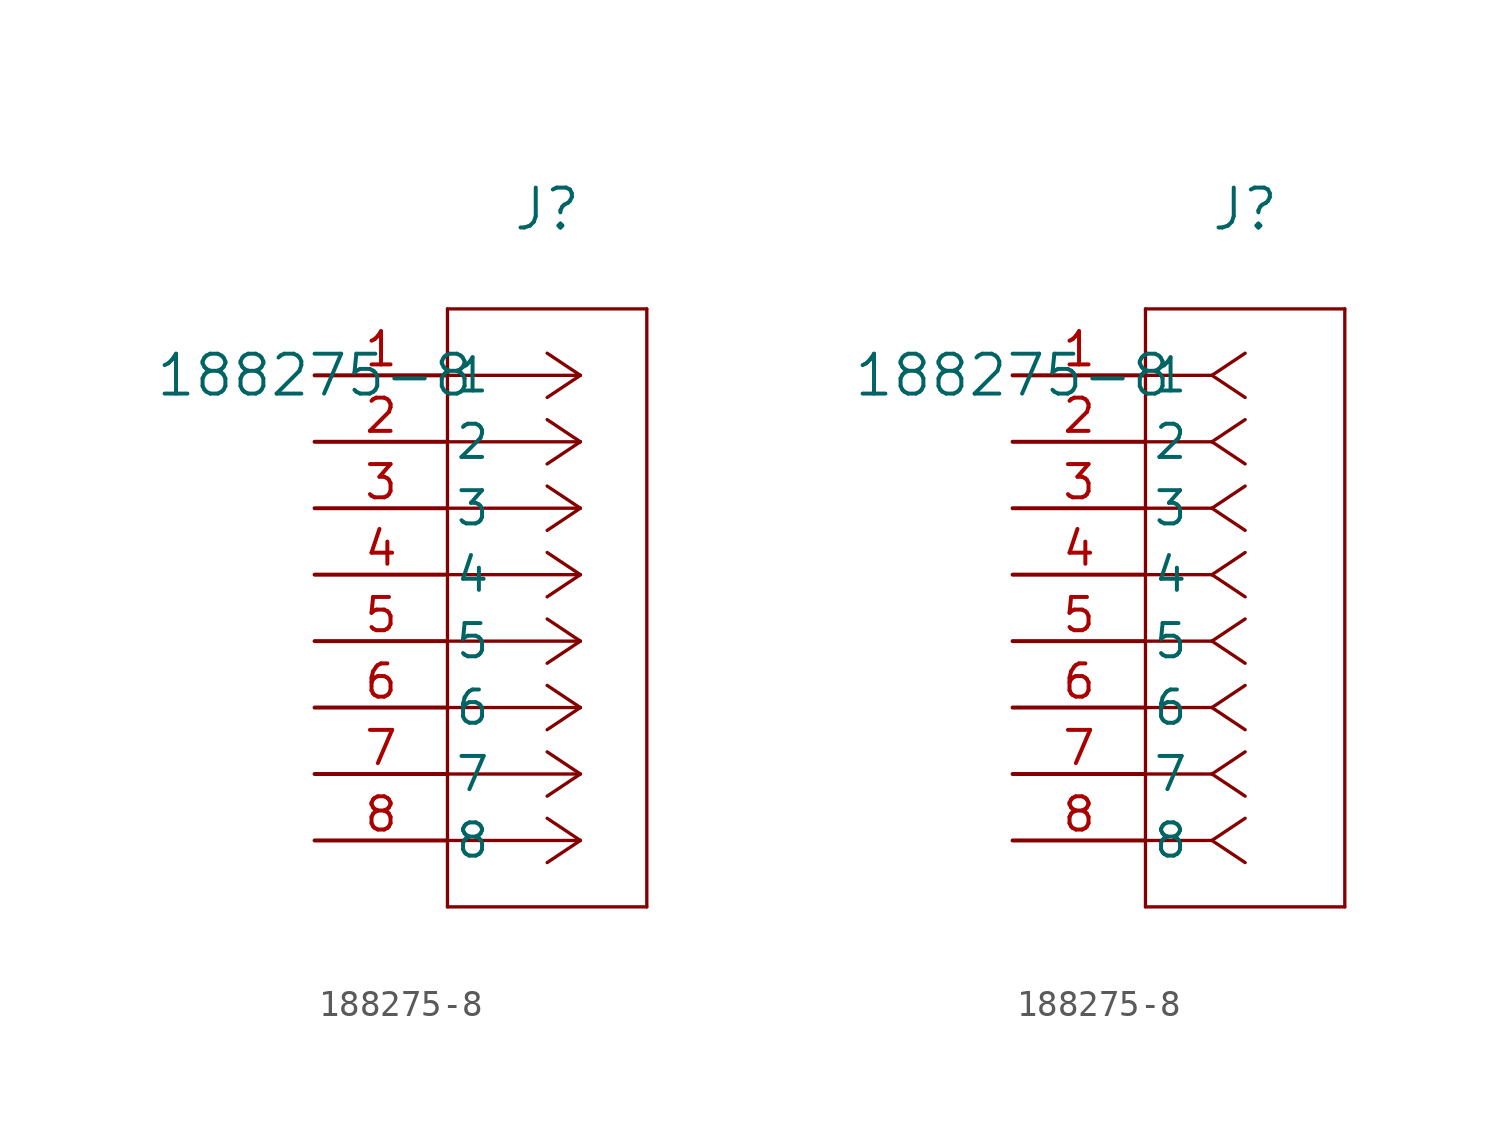
<source format=kicad_sym>
(kicad_symbol_lib
  (version 20211014)
  (generator kicad_symbol_editor)
  (symbol "188275-8"
    (pin_names
      (offset 0.254))
    (property "Reference" "J"
      (at 8.89 6.35 0)
      (effects (font (size 1.524 1.524))))
    (property "Value" "188275-8"
      (at 0 0 0)
      (effects (font (size 1.524 1.524))))
    (symbol "188275-8_1_1"
      (polyline (pts (xy 10.16 0) (xy 5.08 0)) (stroke (width 0.127) (type default) (color 0 0 0 0)) (fill (type none)))
      (polyline (pts (xy 10.16 -2.54) (xy 5.08 -2.54)) (stroke (width 0.127) (type default) (color 0 0 0 0)) (fill (type none)))
      (polyline (pts (xy 10.16 -5.08) (xy 5.08 -5.08)) (stroke (width 0.127) (type default) (color 0 0 0 0)) (fill (type none)))
      (polyline (pts (xy 10.16 -7.62) (xy 5.08 -7.62)) (stroke (width 0.127) (type default) (color 0 0 0 0)) (fill (type none)))
      (polyline (pts (xy 10.16 -10.16) (xy 5.08 -10.16)) (stroke (width 0.127) (type default) (color 0 0 0 0)) (fill (type none)))
      (polyline (pts (xy 10.16 -12.7) (xy 5.08 -12.7)) (stroke (width 0.127) (type default) (color 0 0 0 0)) (fill (type none)))
      (polyline (pts (xy 10.16 -15.24) (xy 5.08 -15.24)) (stroke (width 0.127) (type default) (color 0 0 0 0)) (fill (type none)))
      (polyline (pts (xy 10.16 -17.78) (xy 5.08 -17.78)) (stroke (width 0.127) (type default) (color 0 0 0 0)) (fill (type none)))
      (polyline (pts (xy 10.16 0) (xy 8.89 0.847)) (stroke (width 0.127) (type default) (color 0 0 0 0)) (fill (type none)))
      (polyline (pts (xy 10.16 -2.54) (xy 8.89 -1.693)) (stroke (width 0.127) (type default) (color 0 0 0 0)) (fill (type none)))
      (polyline (pts (xy 10.16 -5.08) (xy 8.89 -4.233)) (stroke (width 0.127) (type default) (color 0 0 0 0)) (fill (type none)))
      (polyline (pts (xy 10.16 -7.62) (xy 8.89 -6.773)) (stroke (width 0.127) (type default) (color 0 0 0 0)) (fill (type none)))
      (polyline (pts (xy 10.16 -10.16) (xy 8.89 -9.313)) (stroke (width 0.127) (type default) (color 0 0 0 0)) (fill (type none)))
      (polyline (pts (xy 10.16 -12.7) (xy 8.89 -11.853)) (stroke (width 0.127) (type default) (color 0 0 0 0)) (fill (type none)))
      (polyline (pts (xy 10.16 -15.24) (xy 8.89 -14.393)) (stroke (width 0.127) (type default) (color 0 0 0 0)) (fill (type none)))
      (polyline (pts (xy 10.16 -17.78) (xy 8.89 -16.933)) (stroke (width 0.127) (type default) (color 0 0 0 0)) (fill (type none)))
      (polyline (pts (xy 10.16 0) (xy 8.89 -0.847)) (stroke (width 0.127) (type default) (color 0 0 0 0)) (fill (type none)))
      (polyline (pts (xy 10.16 -2.54) (xy 8.89 -3.387)) (stroke (width 0.127) (type default) (color 0 0 0 0)) (fill (type none)))
      (polyline (pts (xy 10.16 -5.08) (xy 8.89 -5.927)) (stroke (width 0.127) (type default) (color 0 0 0 0)) (fill (type none)))
      (polyline (pts (xy 10.16 -7.62) (xy 8.89 -8.467)) (stroke (width 0.127) (type default) (color 0 0 0 0)) (fill (type none)))
      (polyline (pts (xy 10.16 -10.16) (xy 8.89 -11.007)) (stroke (width 0.127) (type default) (color 0 0 0 0)) (fill (type none)))
      (polyline (pts (xy 10.16 -12.7) (xy 8.89 -13.547)) (stroke (width 0.127) (type default) (color 0 0 0 0)) (fill (type none)))
      (polyline (pts (xy 10.16 -15.24) (xy 8.89 -16.087)) (stroke (width 0.127) (type default) (color 0 0 0 0)) (fill (type none)))
      (polyline (pts (xy 10.16 -17.78) (xy 8.89 -18.627)) (stroke (width 0.127) (type default) (color 0 0 0 0)) (fill (type none)))
      (polyline (pts (xy 5.08 2.54) (xy 5.08 -20.32)) (stroke (width 0.127) (type default) (color 0 0 0 0)) (fill (type none)))
      (polyline (pts (xy 5.08 -20.32) (xy 12.7 -20.32)) (stroke (width 0.127) (type default) (color 0 0 0 0)) (fill (type none)))
      (polyline (pts (xy 12.7 -20.32) (xy 12.7 2.54)) (stroke (width 0.127) (type default) (color 0 0 0 0)) (fill (type none)))
      (polyline (pts (xy 12.7 2.54) (xy 5.08 2.54)) (stroke (width 0.127) (type default) (color 0 0 0 0)) (fill (type none)))
      (pin unspecified line (at 0 0 0) (length 5.08) (name "1" (effects (font (size 1.27 1.27)))) (number "1" (effects (font (size 1.27 1.27)))))
      (pin unspecified line (at 0 -2.54 0) (length 5.08) (name "2" (effects (font (size 1.27 1.27)))) (number "2" (effects (font (size 1.27 1.27)))))
      (pin unspecified line (at 0 -5.08 0) (length 5.08) (name "3" (effects (font (size 1.27 1.27)))) (number "3" (effects (font (size 1.27 1.27)))))
      (pin unspecified line (at 0 -7.62 0) (length 5.08) (name "4" (effects (font (size 1.27 1.27)))) (number "4" (effects (font (size 1.27 1.27)))))
      (pin unspecified line (at 0 -10.16 0) (length 5.08) (name "5" (effects (font (size 1.27 1.27)))) (number "5" (effects (font (size 1.27 1.27)))))
      (pin unspecified line (at 0 -12.7 0) (length 5.08) (name "6" (effects (font (size 1.27 1.27)))) (number "6" (effects (font (size 1.27 1.27)))))
      (pin unspecified line (at 0 -15.24 0) (length 5.08) (name "7" (effects (font (size 1.27 1.27)))) (number "7" (effects (font (size 1.27 1.27)))))
      (pin unspecified line (at 0 -17.78 0) (length 5.08) (name "8" (effects (font (size 1.27 1.27)))) (number "8" (effects (font (size 1.27 1.27))))))
    (symbol "188275-8_1_2"
      (polyline (pts (xy 7.62 0) (xy 5.08 0)) (stroke (width 0.127) (type default) (color 0 0 0 0)) (fill (type none)))
      (polyline (pts (xy 7.62 -2.54) (xy 5.08 -2.54)) (stroke (width 0.127) (type default) (color 0 0 0 0)) (fill (type none)))
      (polyline (pts (xy 7.62 -5.08) (xy 5.08 -5.08)) (stroke (width 0.127) (type default) (color 0 0 0 0)) (fill (type none)))
      (polyline (pts (xy 7.62 -7.62) (xy 5.08 -7.62)) (stroke (width 0.127) (type default) (color 0 0 0 0)) (fill (type none)))
      (polyline (pts (xy 7.62 -10.16) (xy 5.08 -10.16)) (stroke (width 0.127) (type default) (color 0 0 0 0)) (fill (type none)))
      (polyline (pts (xy 7.62 -12.7) (xy 5.08 -12.7)) (stroke (width 0.127) (type default) (color 0 0 0 0)) (fill (type none)))
      (polyline (pts (xy 7.62 -15.24) (xy 5.08 -15.24)) (stroke (width 0.127) (type default) (color 0 0 0 0)) (fill (type none)))
      (polyline (pts (xy 7.62 -17.78) (xy 5.08 -17.78)) (stroke (width 0.127) (type default) (color 0 0 0 0)) (fill (type none)))
      (polyline (pts (xy 7.62 0) (xy 8.89 0.847)) (stroke (width 0.127) (type default) (color 0 0 0 0)) (fill (type none)))
      (polyline (pts (xy 7.62 -2.54) (xy 8.89 -1.693)) (stroke (width 0.127) (type default) (color 0 0 0 0)) (fill (type none)))
      (polyline (pts (xy 7.62 -5.08) (xy 8.89 -4.233)) (stroke (width 0.127) (type default) (color 0 0 0 0)) (fill (type none)))
      (polyline (pts (xy 7.62 -7.62) (xy 8.89 -6.773)) (stroke (width 0.127) (type default) (color 0 0 0 0)) (fill (type none)))
      (polyline (pts (xy 7.62 -10.16) (xy 8.89 -9.313)) (stroke (width 0.127) (type default) (color 0 0 0 0)) (fill (type none)))
      (polyline (pts (xy 7.62 -12.7) (xy 8.89 -11.853)) (stroke (width 0.127) (type default) (color 0 0 0 0)) (fill (type none)))
      (polyline (pts (xy 7.62 -15.24) (xy 8.89 -14.393)) (stroke (width 0.127) (type default) (color 0 0 0 0)) (fill (type none)))
      (polyline (pts (xy 7.62 -17.78) (xy 8.89 -16.933)) (stroke (width 0.127) (type default) (color 0 0 0 0)) (fill (type none)))
      (polyline (pts (xy 7.62 0) (xy 8.89 -0.847)) (stroke (width 0.127) (type default) (color 0 0 0 0)) (fill (type none)))
      (polyline (pts (xy 7.62 -2.54) (xy 8.89 -3.387)) (stroke (width 0.127) (type default) (color 0 0 0 0)) (fill (type none)))
      (polyline (pts (xy 7.62 -5.08) (xy 8.89 -5.927)) (stroke (width 0.127) (type default) (color 0 0 0 0)) (fill (type none)))
      (polyline (pts (xy 7.62 -7.62) (xy 8.89 -8.467)) (stroke (width 0.127) (type default) (color 0 0 0 0)) (fill (type none)))
      (polyline (pts (xy 7.62 -10.16) (xy 8.89 -11.007)) (stroke (width 0.127) (type default) (color 0 0 0 0)) (fill (type none)))
      (polyline (pts (xy 7.62 -12.7) (xy 8.89 -13.547)) (stroke (width 0.127) (type default) (color 0 0 0 0)) (fill (type none)))
      (polyline (pts (xy 7.62 -15.24) (xy 8.89 -16.087)) (stroke (width 0.127) (type default) (color 0 0 0 0)) (fill (type none)))
      (polyline (pts (xy 7.62 -17.78) (xy 8.89 -18.627)) (stroke (width 0.127) (type default) (color 0 0 0 0)) (fill (type none)))
      (polyline (pts (xy 5.08 2.54) (xy 5.08 -20.32)) (stroke (width 0.127) (type default) (color 0 0 0 0)) (fill (type none)))
      (polyline (pts (xy 5.08 -20.32) (xy 12.7 -20.32)) (stroke (width 0.127) (type default) (color 0 0 0 0)) (fill (type none)))
      (polyline (pts (xy 12.7 -20.32) (xy 12.7 2.54)) (stroke (width 0.127) (type default) (color 0 0 0 0)) (fill (type none)))
      (polyline (pts (xy 12.7 2.54) (xy 5.08 2.54)) (stroke (width 0.127) (type default) (color 0 0 0 0)) (fill (type none)))
      (pin unspecified line (at 0 0 0) (length 5.08) (name "1" (effects (font (size 1.27 1.27)))) (number "1" (effects (font (size 1.27 1.27)))))
      (pin unspecified line (at 0 -2.54 0) (length 5.08) (name "2" (effects (font (size 1.27 1.27)))) (number "2" (effects (font (size 1.27 1.27)))))
      (pin unspecified line (at 0 -5.08 0) (length 5.08) (name "3" (effects (font (size 1.27 1.27)))) (number "3" (effects (font (size 1.27 1.27)))))
      (pin unspecified line (at 0 -7.62 0) (length 5.08) (name "4" (effects (font (size 1.27 1.27)))) (number "4" (effects (font (size 1.27 1.27)))))
      (pin unspecified line (at 0 -10.16 0) (length 5.08) (name "5" (effects (font (size 1.27 1.27)))) (number "5" (effects (font (size 1.27 1.27)))))
      (pin unspecified line (at 0 -12.7 0) (length 5.08) (name "6" (effects (font (size 1.27 1.27)))) (number "6" (effects (font (size 1.27 1.27)))))
      (pin unspecified line (at 0 -15.24 0) (length 5.08) (name "7" (effects (font (size 1.27 1.27)))) (number "7" (effects (font (size 1.27 1.27)))))
      (pin unspecified line (at 0 -17.78 0) (length 5.08) (name "8" (effects (font (size 1.27 1.27)))) (number "8" (effects (font (size 1.27 1.27))))))))
</source>
